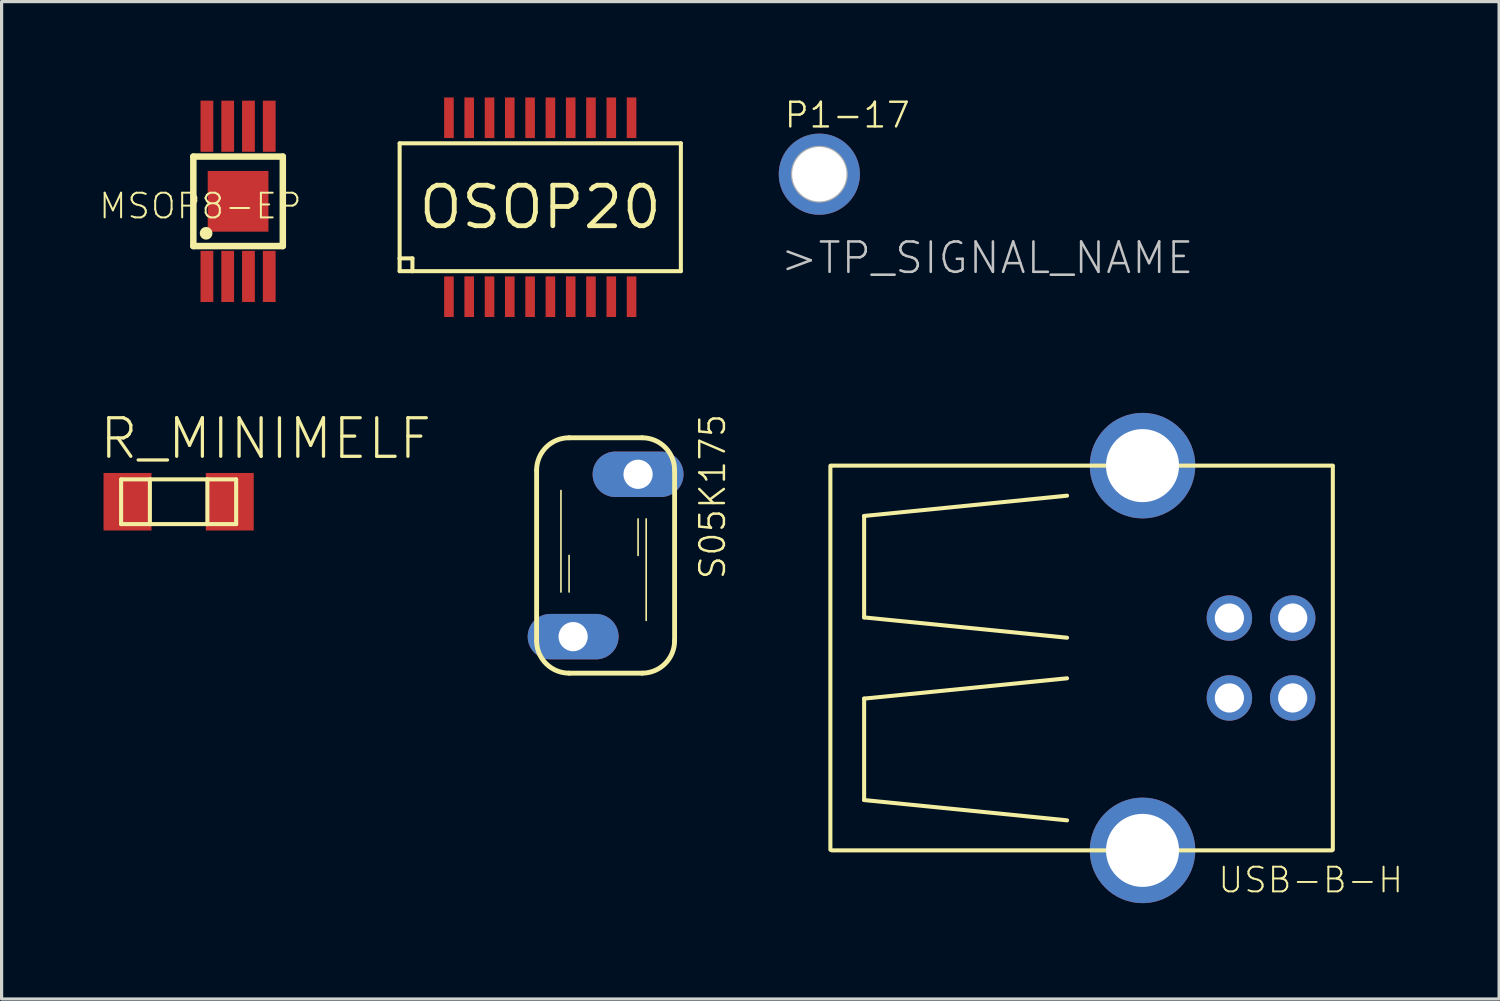
<source format=kicad_pcb>
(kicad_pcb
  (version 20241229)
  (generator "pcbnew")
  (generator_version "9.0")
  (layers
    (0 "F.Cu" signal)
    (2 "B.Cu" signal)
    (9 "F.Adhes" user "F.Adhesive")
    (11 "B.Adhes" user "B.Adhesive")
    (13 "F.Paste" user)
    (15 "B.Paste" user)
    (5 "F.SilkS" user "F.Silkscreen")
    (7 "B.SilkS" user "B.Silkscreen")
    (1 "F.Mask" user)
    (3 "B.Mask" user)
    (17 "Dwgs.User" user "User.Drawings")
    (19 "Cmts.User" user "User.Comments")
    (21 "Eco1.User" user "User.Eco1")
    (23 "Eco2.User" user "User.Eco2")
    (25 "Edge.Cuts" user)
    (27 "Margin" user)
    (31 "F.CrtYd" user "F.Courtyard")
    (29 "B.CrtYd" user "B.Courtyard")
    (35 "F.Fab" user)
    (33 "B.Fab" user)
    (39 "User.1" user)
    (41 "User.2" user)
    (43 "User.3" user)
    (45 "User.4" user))
  (footprint "P1-17"
    (layer "F.Cu")
    (at 22.589 2.401)
    (property "Reference" "P1-17" (at -1.143 -1.397 0) (layer "F.SilkS") (effects (font (size 0.772 0.772) (thickness 0.077)) (justify left bottom)))
    (attr through_hole)
    (fp_circle (center 0 0) (end 0.813 0) (stroke (width 0.152) (type solid)) (fill no) (layer "F.Fab"))
    (fp_poly (pts (xy -0.33 0.33) (xy 0.33 0.33) (xy 0.33 -0.33) (xy -0.33 -0.33)) (stroke (width 0.1) (type solid)) (fill no) (layer "F.Fab"))
    (fp_text user ">TP_SIGNAL_NAME" (at -1.27 3.175 0) (layer "Dwgs.User") (effects (font (size 0.95 0.95) (thickness 0.08)) (justify left bottom)))
    (pad "TP" thru_hole circle (at 0 0) (size 2.54 2.54) (drill 1.702) (layers "*.Cu" "*.Mask")))
  (footprint "MSOP8-EP"
    (layer "F.Cu")
    (at 4.4 3.25)
    (property "Reference" "MSOP8-EP" (at -4.4 0.6 0) (layer "F.SilkS") (effects (font (size 0.772 0.772) (thickness 0.062)) (justify left bottom)))
    (attr through_hole)
    (fp_poly (pts (xy -1.225 -1.525) (xy -0.725 -1.525) (xy -0.725 -3.25) (xy -1.225 -3.25)) (stroke (width 0) (type solid)) (fill yes) (layer "F.Mask"))
    (fp_poly (pts (xy -1.225 3.25) (xy -0.725 3.25) (xy -0.725 1.525) (xy -1.225 1.525)) (stroke (width 0) (type solid)) (fill yes) (layer "F.Mask"))
    (fp_poly (pts (xy -0.575 -1.525) (xy -0.075 -1.525) (xy -0.075 -3.25) (xy -0.575 -3.25)) (stroke (width 0) (type solid)) (fill yes) (layer "F.Mask"))
    (fp_poly (pts (xy -0.575 3.25) (xy -0.075 3.25) (xy -0.075 1.525) (xy -0.575 1.525)) (stroke (width 0) (type solid)) (fill yes) (layer "F.Mask"))
    (fp_poly (pts (xy 0.075 -1.525) (xy 0.575 -1.525) (xy 0.575 -3.25) (xy 0.075 -3.25)) (stroke (width 0) (type solid)) (fill yes) (layer "F.Mask"))
    (fp_poly (pts (xy 0.075 3.25) (xy 0.575 3.25) (xy 0.575 1.525) (xy 0.075 1.525)) (stroke (width 0) (type solid)) (fill yes) (layer "F.Mask"))
    (fp_poly (pts (xy 0.725 -1.525) (xy 1.225 -1.525) (xy 1.225 -3.25) (xy 0.725 -3.25)) (stroke (width 0) (type solid)) (fill yes) (layer "F.Mask"))
    (fp_poly (pts (xy 0.725 3.25) (xy 1.225 3.25) (xy 1.225 1.525) (xy 0.725 1.525)) (stroke (width 0) (type solid)) (fill yes) (layer "F.Mask"))
    (fp_line (start -1.4 -1.4) (end 1.4 -1.4) (stroke (width 0.203) (type solid)) (layer "F.SilkS"))
    (fp_line (start -1.4 1.4) (end -1.4 -1.4) (stroke (width 0.203) (type solid)) (layer "F.SilkS"))
    (fp_line (start 1.4 -1.4) (end 1.4 1.4) (stroke (width 0.203) (type solid)) (layer "F.SilkS"))
    (fp_line (start 1.4 1.4) (end -1.4 1.4) (stroke (width 0.203) (type solid)) (layer "F.SilkS"))
    (fp_circle (center -1 1) (end -0.9 1) (stroke (width 0.2) (type solid)) (fill no) (layer "F.SilkS"))
    (pad "1" smd rect (at -0.975 2.35) (size 0.4 1.6) (layers "F.Cu" "F.Mask" "F.Paste"))
    (pad "2" smd rect (at -0.325 2.35) (size 0.4 1.6) (layers "F.Cu" "F.Mask" "F.Paste"))
    (pad "3" smd rect (at 0.325 2.35) (size 0.4 1.6) (layers "F.Cu" "F.Mask" "F.Paste"))
    (pad "4" smd rect (at 0.975 2.35) (size 0.4 1.6) (layers "F.Cu" "F.Mask" "F.Paste"))
    (pad "5" smd rect (at 0.975 -2.35) (size 0.4 1.6) (layers "F.Cu" "F.Mask" "F.Paste"))
    (pad "6" smd rect (at 0.325 -2.35) (size 0.4 1.6) (layers "F.Cu" "F.Mask" "F.Paste"))
    (pad "7" smd rect (at -0.325 -2.35) (size 0.4 1.6) (layers "F.Cu" "F.Mask" "F.Paste"))
    (pad "8" smd rect (at -0.975 -2.35) (size 0.4 1.6) (layers "F.Cu" "F.Mask" "F.Paste"))
    (pad "EP" smd rect (at 0 0) (size 1.9 1.9) (layers "F.Cu" "F.Mask" "F.Paste")))
  (footprint "S05K175"
    (layer "F.Cu")
    (at 15.901 14.332)
    (property "Reference" "S05K175" (at 3.8 0.8 90) (layer "F.SilkS") (effects (font (size 0.772 0.772) (thickness 0.077)) (justify left bottom)))
    (attr through_hole)
    (fp_line (start -2.159 -2.667) (end -2.159 2.667) (stroke (width 0.152) (type solid)) (layer "F.SilkS"))
    (fp_line (start -1.397 1.143) (end -1.397 -2.032) (stroke (width 0.051) (type solid)) (layer "F.SilkS"))
    (fp_line (start -1.143 -3.683) (end 1.143 -3.683) (stroke (width 0.152) (type solid)) (layer "F.SilkS"))
    (fp_line (start -1.143 1.143) (end -1.143 0) (stroke (width 0.051) (type solid)) (layer "F.SilkS"))
    (fp_line (start -1.143 3.683) (end 1.143 3.683) (stroke (width 0.152) (type solid)) (layer "F.SilkS"))
    (fp_line (start 1.016 0) (end 1.016 -1.143) (stroke (width 0.051) (type solid)) (layer "F.SilkS"))
    (fp_line (start 1.27 2.032) (end 1.27 -1.143) (stroke (width 0.051) (type solid)) (layer "F.SilkS"))
    (fp_line (start 2.159 -2.667) (end 2.159 2.667) (stroke (width 0.152) (type solid)) (layer "F.SilkS"))
    (fp_arc (start -2.159 -2.667) (mid -1.86142 -3.38542) (end -1.143 -3.683) (stroke (width 0.1524) (type solid)) (layer "F.SilkS"))
    (fp_arc (start -1.143 3.683) (mid -1.86142 3.38542) (end -2.159 2.667) (stroke (width 0.1524) (type solid)) (layer "F.SilkS"))
    (fp_arc (start 1.143 -3.683) (mid 1.86142 -3.38542) (end 2.159 -2.667) (stroke (width 0.1524) (type solid)) (layer "F.SilkS"))
    (fp_arc (start 2.159 2.667) (mid 1.86142 3.38542) (end 1.143 3.683) (stroke (width 0.1524) (type solid)) (layer "F.SilkS"))
    (pad "1" thru_hole oval (at -1.016 2.54) (size 2.845 1.422) (drill 0.914) (layers "*.Cu" "*.Mask"))
    (pad "2" thru_hole oval (at 1.016 -2.54) (size 2.845 1.422) (drill 0.914) (layers "*.Cu" "*.Mask")))
  (footprint "R_MINIMELF"
    (layer "F.Cu")
    (at 2.54 12.651)
    (property "Reference" "R_MINIMELF" (at -2.54 -1.27 0) (layer "F.SilkS") (effects (font (size 1.206 1.206) (thickness 0.102)) (justify left bottom)))
    (attr through_hole)
    (fp_line (start -1.8 -0.7) (end -1.8 0.7) (stroke (width 0.127) (type solid)) (layer "F.SilkS"))
    (fp_line (start -1.8 0.7) (end -0.9 0.7) (stroke (width 0.127) (type solid)) (layer "F.SilkS"))
    (fp_line (start -0.9 -0.7) (end -1.8 -0.7) (stroke (width 0.127) (type solid)) (layer "F.SilkS"))
    (fp_line (start -0.9 -0.7) (end -0.9 0.7) (stroke (width 0.127) (type solid)) (layer "F.SilkS"))
    (fp_line (start -0.9 0.7) (end 0.9 0.7) (stroke (width 0.127) (type solid)) (layer "F.SilkS"))
    (fp_line (start 0.9 -0.7) (end -0.9 -0.7) (stroke (width 0.127) (type solid)) (layer "F.SilkS"))
    (fp_line (start 0.9 -0.7) (end 0.9 0.7) (stroke (width 0.127) (type solid)) (layer "F.SilkS"))
    (fp_line (start 0.9 0.7) (end 1.8 0.7) (stroke (width 0.127) (type solid)) (layer "F.SilkS"))
    (fp_line (start 1.8 -0.7) (end 0.9 -0.7) (stroke (width 0.127) (type solid)) (layer "F.SilkS"))
    (fp_line (start 1.8 0.7) (end 1.8 -0.7) (stroke (width 0.127) (type solid)) (layer "F.SilkS"))
    (pad "P$1" smd rect (at -1.6 0) (size 1.5 1.8) (layers "F.Cu" "F.Mask" "F.Paste"))
    (pad "P$2" smd rect (at 1.6 0) (size 1.5 1.8) (layers "F.Cu" "F.Mask" "F.Paste")))
  (footprint "OSOP20"
    (layer "F.Cu")
    (at 13.856 3.435)
    (property "Reference" "OSOP20" (at 0 0 0) (layer "F.SilkS") (effects (font (size 1.27 1.27) (thickness 0.15))))
    (attr through_hole)
    (fp_line (start -4.4 -2) (end -4.4 1.6) (stroke (width 0.127) (type solid)) (layer "F.SilkS"))
    (fp_line (start -4.4 1.6) (end -4.4 2) (stroke (width 0.127) (type solid)) (layer "F.SilkS"))
    (fp_line (start -4.4 1.6) (end -4 1.6) (stroke (width 0.127) (type solid)) (layer "F.SilkS"))
    (fp_line (start -4.4 2) (end -4 2) (stroke (width 0.127) (type solid)) (layer "F.SilkS"))
    (fp_line (start -4 1.6) (end -4 2) (stroke (width 0.127) (type solid)) (layer "F.SilkS"))
    (fp_line (start -4 2) (end 4.4 2) (stroke (width 0.127) (type solid)) (layer "F.SilkS"))
    (fp_line (start 4.4 -2) (end -4.4 -2) (stroke (width 0.127) (type solid)) (layer "F.SilkS"))
    (fp_line (start 4.4 2) (end 4.4 -2) (stroke (width 0.127) (type solid)) (layer "F.SilkS"))
    (pad "1" smd rect (at -2.857 2.8 90) (size 1.27 0.3) (layers "F.Cu" "F.Mask" "F.Paste"))
    (pad "2" smd rect (at -2.223 2.8 90) (size 1.27 0.3) (layers "F.Cu" "F.Mask" "F.Paste"))
    (pad "3" smd rect (at -1.587 2.8 90) (size 1.27 0.3) (layers "F.Cu" "F.Mask" "F.Paste"))
    (pad "4" smd rect (at -0.953 2.8 90) (size 1.27 0.3) (layers "F.Cu" "F.Mask" "F.Paste"))
    (pad "5" smd rect (at -0.318 2.8 90) (size 1.27 0.3) (layers "F.Cu" "F.Mask" "F.Paste"))
    (pad "6" smd rect (at 0.318 2.8 90) (size 1.27 0.3) (layers "F.Cu" "F.Mask" "F.Paste"))
    (pad "7" smd rect (at 0.953 2.8 90) (size 1.27 0.3) (layers "F.Cu" "F.Mask" "F.Paste"))
    (pad "8" smd rect (at 1.587 2.8 90) (size 1.27 0.3) (layers "F.Cu" "F.Mask" "F.Paste"))
    (pad "9" smd rect (at 2.223 2.8 90) (size 1.27 0.3) (layers "F.Cu" "F.Mask" "F.Paste"))
    (pad "10" smd rect (at 2.857 2.8 90) (size 1.27 0.3) (layers "F.Cu" "F.Mask" "F.Paste"))
    (pad "11" smd rect (at 2.857 -2.8 90) (size 1.27 0.3) (layers "F.Cu" "F.Mask" "F.Paste"))
    (pad "12" smd rect (at 2.223 -2.8 90) (size 1.27 0.3) (layers "F.Cu" "F.Mask" "F.Paste"))
    (pad "13" smd rect (at 1.587 -2.8 90) (size 1.27 0.3) (layers "F.Cu" "F.Mask" "F.Paste"))
    (pad "14" smd rect (at 0.953 -2.8 90) (size 1.27 0.3) (layers "F.Cu" "F.Mask" "F.Paste"))
    (pad "15" smd rect (at 0.318 -2.8 90) (size 1.27 0.3) (layers "F.Cu" "F.Mask" "F.Paste"))
    (pad "16" smd rect (at -0.318 -2.8 90) (size 1.27 0.3) (layers "F.Cu" "F.Mask" "F.Paste"))
    (pad "17" smd rect (at -0.953 -2.8 90) (size 1.27 0.3) (layers "F.Cu" "F.Mask" "F.Paste"))
    (pad "18" smd rect (at -1.587 -2.8 90) (size 1.27 0.3) (layers "F.Cu" "F.Mask" "F.Paste"))
    (pad "19" smd rect (at -2.223 -2.8 90) (size 1.27 0.3) (layers "F.Cu" "F.Mask" "F.Paste"))
    (pad "20" smd rect (at -2.857 -2.8 90) (size 1.27 0.3) (layers "F.Cu" "F.Mask" "F.Paste")))
  (footprint "USB-B-H"
    (layer "F.Cu")
    (at 35.421 17.541)
    (property "Reference" "USB-B-H" (at -0.4 7.4 0) (layer "F.SilkS") (effects (font (size 0.772 0.772) (thickness 0.062)) (justify left bottom)))
    (attr through_hole)
    (fp_line (start -12.486 -6.014) (end -12.486 6) (stroke (width 0.127) (type solid)) (layer "F.SilkS"))
    (fp_line (start -11.43 -4.445) (end -11.43 -1.27) (stroke (width 0.127) (type solid)) (layer "F.SilkS"))
    (fp_line (start -11.43 -1.27) (end -5.08 -0.635) (stroke (width 0.127) (type solid)) (layer "F.SilkS"))
    (fp_line (start -11.43 1.27) (end -5.08 0.635) (stroke (width 0.127) (type solid)) (layer "F.SilkS"))
    (fp_line (start -11.43 4.445) (end -11.43 1.27) (stroke (width 0.127) (type solid)) (layer "F.SilkS"))
    (fp_line (start -5.08 -5.08) (end -11.43 -4.445) (stroke (width 0.127) (type solid)) (layer "F.SilkS"))
    (fp_line (start -5.08 5.08) (end -11.43 4.445) (stroke (width 0.127) (type solid)) (layer "F.SilkS"))
    (fp_line (start 3.206 6.02) (end -12.441 6.02) (stroke (width 0.127) (type solid)) (layer "F.SilkS"))
    (fp_line (start 3.231 -6.02) (end -12.466 -6.02) (stroke (width 0.127) (type solid)) (layer "F.SilkS"))
    (fp_line (start 3.237 -6.014) (end 3.237 6) (stroke (width 0.127) (type solid)) (layer "F.SilkS"))
    (pad "D+" thru_hole circle (at 0 -1.25 270) (size 1.422 1.422) (drill 0.914) (layers "*.Cu" "*.Mask"))
    (pad "D-" thru_hole circle (at 1.981 -1.25 90) (size 1.422 1.422) (drill 0.914) (layers "*.Cu" "*.Mask"))
    (pad "GND" thru_hole circle (at 0 1.25 270) (size 1.422 1.422) (drill 0.914) (layers "*.Cu" "*.Mask"))
    (pad "GND@1" thru_hole circle (at -2.718 -6.02) (size 3.302 3.302) (drill 2.286) (layers "*.Cu" "*.Mask"))
    (pad "GND@2" thru_hole circle (at -2.718 6.02) (size 3.302 3.302) (drill 2.286) (layers "*.Cu" "*.Mask"))
    (pad "VBUS" thru_hole circle (at 1.981 1.25 90) (size 1.422 1.422) (drill 0.914) (layers "*.Cu" "*.Mask")))
  (gr_rect
    (start -3 -3)
    (end 43.861 28.212)
    (stroke (width 0.1) (type default))
    (fill no)
    (layer "Edge.Cuts")))
</source>
